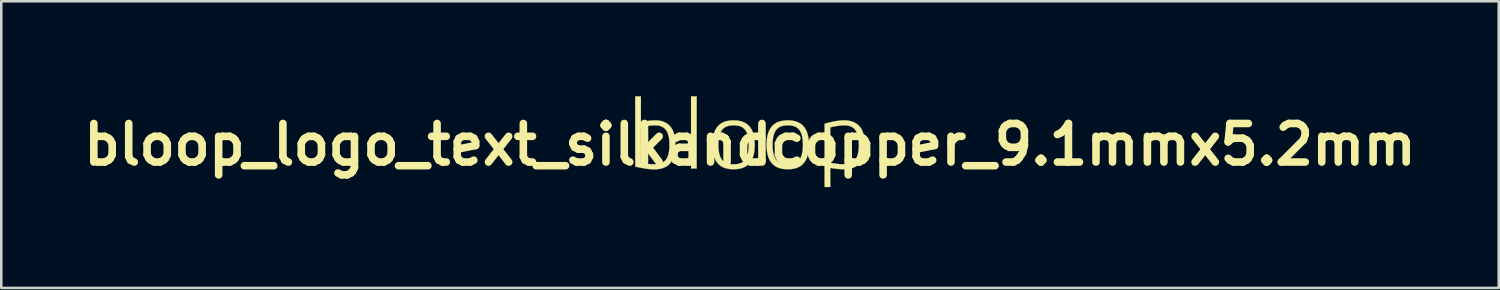
<source format=kicad_pcb>
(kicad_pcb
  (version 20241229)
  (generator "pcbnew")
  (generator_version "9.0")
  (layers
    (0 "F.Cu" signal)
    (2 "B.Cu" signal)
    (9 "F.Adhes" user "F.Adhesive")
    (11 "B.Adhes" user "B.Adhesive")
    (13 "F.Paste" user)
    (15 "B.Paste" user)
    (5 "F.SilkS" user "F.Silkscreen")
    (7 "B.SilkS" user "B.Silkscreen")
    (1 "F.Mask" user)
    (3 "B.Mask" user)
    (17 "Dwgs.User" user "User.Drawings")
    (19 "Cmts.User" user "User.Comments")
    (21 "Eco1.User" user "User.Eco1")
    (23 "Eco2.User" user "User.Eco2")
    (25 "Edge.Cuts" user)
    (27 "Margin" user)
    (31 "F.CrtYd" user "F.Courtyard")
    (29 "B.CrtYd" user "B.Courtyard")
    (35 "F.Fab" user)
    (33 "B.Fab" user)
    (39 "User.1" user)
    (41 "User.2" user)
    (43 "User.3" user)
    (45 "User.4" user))
  (footprint "bloop_logo_text_silkandcopper_9.1mmx5.2mm"
    (layer "F.Cu")
    (at 26.605 2.667)
    (property "Reference" "bloop_logo_text_silkandcopper_9.1mmx5.2mm" (at 0 0 0) (layer "F.SilkS") (effects (font (size 1.524 1.524) (thickness 0.3))))
    (attr through_hole)
    (fp_poly (pts (xy 1.508 -1.587) (xy 1.548 -1.586) (xy 1.586 -1.584) (xy 1.609 -1.583) (xy 1.676 -1.575) (xy 1.743 -1.566) (xy 1.809 -1.553) (xy 1.875 -1.538) (xy 1.939 -1.52) (xy 2.003 -1.5) (xy 2.067 -1.476) (xy 2.13 -1.45) (xy 2.173 -1.43) (xy 2.185 -1.425) (xy 2.197 -1.419) (xy 2.21 -1.412) (xy 2.222 -1.406) (xy 2.234 -1.399) (xy 2.246 -1.393) (xy 2.257 -1.387) (xy 2.266 -1.382) (xy 2.274 -1.377) (xy 2.281 -1.374) (xy 2.285 -1.371) (xy 2.288 -1.369) (xy 2.288 -1.368) (xy 2.288 -1.366) (xy 2.287 -1.363) (xy 2.284 -1.362) (xy 2.283 -1.362) (xy 2.281 -1.362) (xy 2.277 -1.364) (xy 2.271 -1.366) (xy 2.264 -1.369) (xy 2.256 -1.373) (xy 2.254 -1.374) (xy 2.192 -1.399) (xy 2.129 -1.423) (xy 2.065 -1.444) (xy 1.999 -1.463) (xy 1.933 -1.479) (xy 1.864 -1.493) (xy 1.795 -1.504) (xy 1.724 -1.513) (xy 1.651 -1.52) (xy 1.645 -1.52) (xy 1.605 -1.523) (xy 1.563 -1.525) (xy 1.519 -1.526) (xy 1.475 -1.526) (xy 1.43 -1.526) (xy 1.387 -1.525) (xy 1.344 -1.523) (xy 1.303 -1.521) (xy 1.298 -1.52) (xy 1.228 -1.514) (xy 1.159 -1.506) (xy 1.091 -1.495) (xy 1.025 -1.481) (xy 0.959 -1.465) (xy 0.895 -1.447) (xy 0.831 -1.426) (xy 0.767 -1.403) (xy 0.704 -1.377) (xy 0.699 -1.375) (xy 0.691 -1.371) (xy 0.683 -1.368) (xy 0.676 -1.365) (xy 0.671 -1.363) (xy 0.668 -1.362) (xy 0.667 -1.362) (xy 0.665 -1.363) (xy 0.663 -1.364) (xy 0.662 -1.366) (xy 0.662 -1.368) (xy 0.664 -1.37) (xy 0.668 -1.372) (xy 0.673 -1.376) (xy 0.679 -1.379) (xy 0.736 -1.41) (xy 0.795 -1.438) (xy 0.855 -1.465) (xy 0.916 -1.489) (xy 0.979 -1.51) (xy 1.042 -1.529) (xy 1.106 -1.545) (xy 1.171 -1.559) (xy 1.236 -1.57) (xy 1.302 -1.579) (xy 1.312 -1.58) (xy 1.348 -1.583) (xy 1.387 -1.585) (xy 1.427 -1.587) (xy 1.468 -1.587) (xy 1.508 -1.587)) (stroke (width 0.127) (type solid)) (fill yes) (layer "F.Mask"))
    (fp_poly (pts (xy 2.288 1.364) (xy 2.29 1.367) (xy 2.29 1.37) (xy 2.288 1.372) (xy 2.284 1.375) (xy 2.278 1.378) (xy 2.27 1.383) (xy 2.261 1.388) (xy 2.25 1.394) (xy 2.238 1.4) (xy 2.226 1.407) (xy 2.213 1.414) (xy 2.199 1.421) (xy 2.185 1.428) (xy 2.171 1.434) (xy 2.16 1.439) (xy 2.101 1.466) (xy 2.041 1.489) (xy 1.98 1.51) (xy 1.919 1.529) (xy 1.857 1.545) (xy 1.794 1.559) (xy 1.73 1.57) (xy 1.665 1.58) (xy 1.597 1.586) (xy 1.59 1.587) (xy 1.583 1.587) (xy 1.572 1.588) (xy 1.56 1.588) (xy 1.546 1.589) (xy 1.531 1.589) (xy 1.515 1.589) (xy 1.498 1.59) (xy 1.481 1.59) (xy 1.464 1.59) (xy 1.448 1.59) (xy 1.433 1.59) (xy 1.42 1.59) (xy 1.408 1.589) (xy 1.398 1.589) (xy 1.392 1.589) (xy 1.323 1.584) (xy 1.256 1.576) (xy 1.19 1.565) (xy 1.124 1.552) (xy 1.06 1.537) (xy 0.997 1.519) (xy 0.934 1.498) (xy 0.872 1.475) (xy 0.811 1.449) (xy 0.807 1.447) (xy 0.795 1.442) (xy 0.783 1.436) (xy 0.77 1.429) (xy 0.757 1.423) (xy 0.743 1.416) (xy 0.73 1.41) (xy 0.717 1.403) (xy 0.705 1.397) (xy 0.694 1.391) (xy 0.684 1.385) (xy 0.676 1.381) (xy 0.669 1.377) (xy 0.664 1.373) (xy 0.662 1.371) (xy 0.662 1.371) (xy 0.661 1.367) (xy 0.662 1.364) (xy 0.665 1.362) (xy 0.666 1.361) (xy 0.668 1.362) (xy 0.672 1.363) (xy 0.677 1.365) (xy 0.684 1.368) (xy 0.693 1.371) (xy 0.697 1.374) (xy 0.759 1.399) (xy 0.821 1.422) (xy 0.884 1.443) (xy 0.948 1.462) (xy 1.013 1.478) (xy 1.081 1.492) (xy 1.149 1.503) (xy 1.171 1.506) (xy 1.231 1.514) (xy 1.292 1.519) (xy 1.356 1.523) (xy 1.421 1.526) (xy 1.486 1.526) (xy 1.552 1.525) (xy 1.618 1.522) (xy 1.669 1.519) (xy 1.74 1.512) (xy 1.811 1.503) (xy 1.881 1.49) (xy 1.949 1.476) (xy 2.017 1.458) (xy 2.084 1.438) (xy 2.151 1.415) (xy 2.216 1.389) (xy 2.259 1.371) (xy 2.267 1.367) (xy 2.274 1.364) (xy 2.28 1.362) (xy 2.284 1.361) (xy 2.285 1.361) (xy 2.288 1.364)) (stroke (width 0.127) (type solid)) (fill yes) (layer "F.Mask"))
    (fp_poly (pts (xy 3.024 2.157) (xy 3.028 2.159) (xy 3.031 2.163) (xy 3.032 2.168) (xy 3.031 2.172) (xy 3.03 2.174) (xy 3.028 2.176) (xy 3.023 2.179) (xy 3.016 2.184) (xy 3.006 2.19) (xy 2.994 2.197) (xy 2.98 2.205) (xy 2.964 2.214) (xy 2.882 2.258) (xy 2.8 2.3) (xy 2.716 2.339) (xy 2.631 2.375) (xy 2.546 2.409) (xy 2.46 2.44) (xy 2.372 2.469) (xy 2.285 2.495) (xy 2.196 2.518) (xy 2.107 2.538) (xy 2.017 2.556) (xy 1.927 2.571) (xy 1.836 2.583) (xy 1.745 2.593) (xy 1.654 2.6) (xy 1.562 2.604) (xy 1.471 2.605) (xy 1.468 2.605) (xy 1.453 2.605) (xy 1.438 2.604) (xy 1.424 2.604) (xy 1.41 2.604) (xy 1.397 2.604) (xy 1.386 2.604) (xy 1.377 2.603) (xy 1.376 2.603) (xy 1.334 2.602) (xy 1.291 2.599) (xy 1.247 2.596) (xy 1.203 2.593) (xy 1.161 2.588) (xy 1.12 2.584) (xy 1.112 2.583) (xy 1.02 2.57) (xy 0.929 2.555) (xy 0.838 2.537) (xy 0.749 2.516) (xy 0.66 2.493) (xy 0.571 2.466) (xy 0.484 2.438) (xy 0.397 2.406) (xy 0.311 2.372) (xy 0.226 2.335) (xy 0.142 2.295) (xy 0.059 2.253) (xy -0.013 2.214) (xy -0.03 2.204) (xy -0.045 2.196) (xy -0.057 2.189) (xy -0.066 2.183) (xy -0.073 2.179) (xy -0.078 2.176) (xy -0.079 2.174) (xy -0.082 2.17) (xy -0.082 2.165) (xy -0.079 2.161) (xy -0.076 2.158) (xy -0.073 2.157) (xy -0.072 2.157) (xy -0.069 2.157) (xy -0.065 2.158) (xy -0.06 2.16) (xy -0.054 2.163) (xy -0.045 2.167) (xy -0.039 2.17) (xy 0.045 2.208) (xy 0.13 2.243) (xy 0.215 2.276) (xy 0.303 2.306) (xy 0.391 2.334) (xy 0.48 2.359) (xy 0.571 2.382) (xy 0.663 2.403) (xy 0.756 2.421) (xy 0.851 2.437) (xy 0.947 2.45) (xy 1.044 2.462) (xy 1.143 2.47) (xy 1.212 2.475) (xy 1.265 2.478) (xy 1.321 2.48) (xy 1.378 2.481) (xy 1.436 2.482) (xy 1.494 2.482) (xy 1.553 2.482) (xy 1.61 2.481) (xy 1.667 2.479) (xy 1.707 2.477) (xy 1.803 2.471) (xy 1.897 2.464) (xy 1.99 2.454) (xy 2.081 2.441) (xy 2.171 2.427) (xy 2.259 2.411) (xy 2.346 2.392) (xy 2.433 2.37) (xy 2.518 2.347) (xy 2.603 2.321) (xy 2.687 2.293) (xy 2.771 2.262) (xy 2.855 2.229) (xy 2.938 2.193) (xy 2.979 2.175) (xy 2.991 2.169) (xy 3.001 2.165) (xy 3.01 2.161) (xy 3.016 2.159) (xy 3.02 2.157) (xy 3.023 2.157) (xy 3.024 2.157)) (stroke (width 0.127) (type solid)) (fill yes) (layer "F.Mask"))
    (fp_poly (pts (xy 1.546 -2.602) (xy 1.638 -2.599) (xy 1.726 -2.593) (xy 1.818 -2.584) (xy 1.909 -2.572) (xy 2 -2.557) (xy 2.09 -2.54) (xy 2.18 -2.52) (xy 2.269 -2.497) (xy 2.357 -2.472) (xy 2.445 -2.444) (xy 2.531 -2.413) (xy 2.617 -2.379) (xy 2.702 -2.343) (xy 2.786 -2.305) (xy 2.869 -2.263) (xy 2.951 -2.219) (xy 2.987 -2.199) (xy 2.999 -2.192) (xy 3.008 -2.187) (xy 3.015 -2.183) (xy 3.021 -2.179) (xy 3.025 -2.177) (xy 3.028 -2.175) (xy 3.03 -2.173) (xy 3.031 -2.172) (xy 3.032 -2.171) (xy 3.032 -2.17) (xy 3.032 -2.17) (xy 3.032 -2.165) (xy 3.03 -2.16) (xy 3.026 -2.157) (xy 3.025 -2.156) (xy 3.024 -2.156) (xy 3.022 -2.156) (xy 3.02 -2.156) (xy 3.016 -2.157) (xy 3.012 -2.159) (xy 3.006 -2.161) (xy 2.999 -2.165) (xy 2.989 -2.169) (xy 2.987 -2.17) (xy 2.964 -2.181) (xy 2.939 -2.192) (xy 2.912 -2.204) (xy 2.901 -2.209) (xy 2.815 -2.244) (xy 2.728 -2.277) (xy 2.64 -2.308) (xy 2.55 -2.336) (xy 2.459 -2.361) (xy 2.366 -2.384) (xy 2.273 -2.405) (xy 2.178 -2.423) (xy 2.081 -2.439) (xy 1.983 -2.452) (xy 1.884 -2.463) (xy 1.784 -2.471) (xy 1.682 -2.477) (xy 1.579 -2.48) (xy 1.546 -2.481) (xy 1.471 -2.481) (xy 1.399 -2.481) (xy 1.328 -2.479) (xy 1.26 -2.477) (xy 1.193 -2.473) (xy 1.127 -2.469) (xy 1.062 -2.463) (xy 0.998 -2.457) (xy 0.934 -2.449) (xy 0.901 -2.445) (xy 0.811 -2.431) (xy 0.722 -2.415) (xy 0.635 -2.397) (xy 0.548 -2.377) (xy 0.462 -2.354) (xy 0.377 -2.329) (xy 0.292 -2.301) (xy 0.207 -2.271) (xy 0.122 -2.238) (xy 0.037 -2.203) (xy -0.046 -2.166) (xy -0.055 -2.162) (xy -0.061 -2.159) (xy -0.066 -2.157) (xy -0.07 -2.156) (xy -0.072 -2.155) (xy -0.074 -2.156) (xy -0.076 -2.156) (xy -0.079 -2.159) (xy -0.081 -2.164) (xy -0.081 -2.169) (xy -0.081 -2.17) (xy -0.08 -2.171) (xy -0.079 -2.173) (xy -0.076 -2.175) (xy -0.073 -2.177) (xy -0.068 -2.181) (xy -0.061 -2.185) (xy -0.053 -2.189) (xy -0.043 -2.195) (xy -0.031 -2.202) (xy -0.017 -2.21) (xy -0.015 -2.211) (xy 0.016 -2.228) (xy 0.048 -2.246) (xy 0.082 -2.263) (xy 0.116 -2.281) (xy 0.15 -2.297) (xy 0.182 -2.313) (xy 0.207 -2.325) (xy 0.292 -2.362) (xy 0.378 -2.397) (xy 0.464 -2.429) (xy 0.552 -2.459) (xy 0.64 -2.485) (xy 0.728 -2.509) (xy 0.818 -2.531) (xy 0.907 -2.549) (xy 0.998 -2.565) (xy 1.088 -2.578) (xy 1.179 -2.589) (xy 1.271 -2.596) (xy 1.362 -2.601) (xy 1.454 -2.603) (xy 1.546 -2.602)) (stroke (width 0.127) (type solid)) (fill yes) (layer "F.Mask"))
    (fp_poly (pts (xy 0.334 1.729) (xy 0.338 1.731) (xy 0.344 1.733) (xy 0.351 1.736) (xy 0.359 1.74) (xy 0.362 1.741) (xy 0.435 1.773) (xy 0.508 1.803) (xy 0.583 1.829) (xy 0.658 1.854) (xy 0.735 1.876) (xy 0.813 1.895) (xy 0.893 1.912) (xy 0.974 1.927) (xy 1.056 1.94) (xy 1.14 1.95) (xy 1.179 1.954) (xy 1.204 1.956) (xy 1.228 1.958) (xy 1.252 1.96) (xy 1.275 1.961) (xy 1.299 1.962) (xy 1.324 1.963) (xy 1.35 1.964) (xy 1.378 1.965) (xy 1.404 1.966) (xy 1.466 1.967) (xy 1.528 1.966) (xy 1.591 1.965) (xy 1.654 1.962) (xy 1.716 1.959) (xy 1.776 1.954) (xy 1.834 1.948) (xy 1.87 1.944) (xy 1.945 1.933) (xy 2.017 1.921) (xy 2.088 1.907) (xy 2.159 1.891) (xy 2.228 1.872) (xy 2.297 1.852) (xy 2.366 1.829) (xy 2.435 1.804) (xy 2.505 1.776) (xy 2.575 1.746) (xy 2.603 1.734) (xy 2.61 1.731) (xy 2.616 1.729) (xy 2.619 1.73) (xy 2.622 1.731) (xy 2.623 1.733) (xy 2.624 1.735) (xy 2.624 1.737) (xy 2.623 1.739) (xy 2.622 1.741) (xy 2.619 1.743) (xy 2.616 1.746) (xy 2.611 1.749) (xy 2.604 1.754) (xy 2.595 1.758) (xy 2.585 1.764) (xy 2.572 1.771) (xy 2.562 1.777) (xy 2.491 1.814) (xy 2.42 1.849) (xy 2.347 1.881) (xy 2.273 1.91) (xy 2.198 1.937) (xy 2.122 1.961) (xy 2.046 1.983) (xy 1.968 2.002) (xy 1.922 2.011) (xy 1.85 2.025) (xy 1.778 2.036) (xy 1.704 2.045) (xy 1.63 2.051) (xy 1.569 2.055) (xy 1.563 2.055) (xy 1.554 2.055) (xy 1.543 2.055) (xy 1.53 2.055) (xy 1.516 2.055) (xy 1.501 2.056) (xy 1.486 2.056) (xy 1.471 2.056) (xy 1.455 2.056) (xy 1.441 2.056) (xy 1.427 2.056) (xy 1.415 2.056) (xy 1.404 2.055) (xy 1.396 2.055) (xy 1.389 2.055) (xy 1.389 2.055) (xy 1.328 2.052) (xy 1.27 2.047) (xy 1.214 2.041) (xy 1.159 2.034) (xy 1.157 2.034) (xy 1.078 2.021) (xy 1 2.006) (xy 0.923 1.988) (xy 0.846 1.967) (xy 0.77 1.944) (xy 0.694 1.917) (xy 0.62 1.889) (xy 0.547 1.857) (xy 0.475 1.823) (xy 0.431 1.801) (xy 0.422 1.796) (xy 0.414 1.792) (xy 0.408 1.789) (xy 0.402 1.786) (xy 0.397 1.783) (xy 0.391 1.78) (xy 0.385 1.776) (xy 0.378 1.772) (xy 0.369 1.767) (xy 0.358 1.761) (xy 0.358 1.761) (xy 0.349 1.756) (xy 0.342 1.752) (xy 0.336 1.748) (xy 0.331 1.745) (xy 0.328 1.743) (xy 0.327 1.743) (xy 0.325 1.74) (xy 0.325 1.736) (xy 0.326 1.732) (xy 0.329 1.729) (xy 0.332 1.729) (xy 0.334 1.729)) (stroke (width 0.127) (type solid)) (fill yes) (layer "F.Mask"))
    (fp_poly (pts (xy 1.503 -2.054) (xy 1.526 -2.054) (xy 1.548 -2.053) (xy 1.568 -2.053) (xy 1.587 -2.052) (xy 1.606 -2.051) (xy 1.624 -2.05) (xy 1.642 -2.049) (xy 1.661 -2.048) (xy 1.68 -2.046) (xy 1.702 -2.044) (xy 1.706 -2.043) (xy 1.785 -2.034) (xy 1.864 -2.021) (xy 1.942 -2.006) (xy 2.019 -1.989) (xy 2.096 -1.968) (xy 2.172 -1.945) (xy 2.248 -1.919) (xy 2.322 -1.89) (xy 2.397 -1.859) (xy 2.413 -1.851) (xy 2.43 -1.843) (xy 2.449 -1.834) (xy 2.469 -1.825) (xy 2.489 -1.815) (xy 2.509 -1.804) (xy 2.529 -1.794) (xy 2.548 -1.784) (xy 2.567 -1.774) (xy 2.584 -1.765) (xy 2.599 -1.756) (xy 2.612 -1.749) (xy 2.616 -1.746) (xy 2.621 -1.743) (xy 2.624 -1.741) (xy 2.625 -1.739) (xy 2.625 -1.737) (xy 2.625 -1.736) (xy 2.625 -1.732) (xy 2.623 -1.729) (xy 2.622 -1.729) (xy 2.62 -1.728) (xy 2.618 -1.728) (xy 2.616 -1.728) (xy 2.612 -1.729) (xy 2.607 -1.732) (xy 2.603 -1.733) (xy 2.531 -1.766) (xy 2.458 -1.795) (xy 2.383 -1.823) (xy 2.308 -1.848) (xy 2.231 -1.87) (xy 2.153 -1.89) (xy 2.074 -1.908) (xy 1.993 -1.923) (xy 1.912 -1.936) (xy 1.828 -1.947) (xy 1.743 -1.955) (xy 1.682 -1.959) (xy 1.631 -1.962) (xy 1.578 -1.964) (xy 1.524 -1.965) (xy 1.47 -1.965) (xy 1.415 -1.965) (xy 1.362 -1.964) (xy 1.31 -1.962) (xy 1.3 -1.961) (xy 1.218 -1.956) (xy 1.139 -1.949) (xy 1.061 -1.94) (xy 0.985 -1.929) (xy 0.91 -1.915) (xy 0.836 -1.9) (xy 0.763 -1.882) (xy 0.691 -1.862) (xy 0.619 -1.84) (xy 0.548 -1.815) (xy 0.477 -1.788) (xy 0.406 -1.758) (xy 0.369 -1.742) (xy 0.36 -1.738) (xy 0.352 -1.734) (xy 0.345 -1.731) (xy 0.339 -1.729) (xy 0.335 -1.728) (xy 0.334 -1.727) (xy 0.332 -1.728) (xy 0.33 -1.73) (xy 0.328 -1.734) (xy 0.328 -1.738) (xy 0.33 -1.741) (xy 0.33 -1.742) (xy 0.332 -1.743) (xy 0.336 -1.746) (xy 0.343 -1.75) (xy 0.351 -1.754) (xy 0.36 -1.76) (xy 0.371 -1.765) (xy 0.382 -1.772) (xy 0.394 -1.778) (xy 0.397 -1.78) (xy 0.406 -1.785) (xy 0.418 -1.791) (xy 0.43 -1.798) (xy 0.444 -1.805) (xy 0.459 -1.812) (xy 0.474 -1.82) (xy 0.489 -1.827) (xy 0.503 -1.834) (xy 0.516 -1.84) (xy 0.527 -1.845) (xy 0.535 -1.849) (xy 0.609 -1.881) (xy 0.684 -1.911) (xy 0.759 -1.938) (xy 0.835 -1.962) (xy 0.911 -1.983) (xy 0.988 -2.001) (xy 1.065 -2.017) (xy 1.144 -2.03) (xy 1.222 -2.041) (xy 1.302 -2.048) (xy 1.311 -2.049) (xy 1.325 -2.05) (xy 1.338 -2.051) (xy 1.349 -2.051) (xy 1.361 -2.052) (xy 1.372 -2.053) (xy 1.383 -2.053) (xy 1.395 -2.053) (xy 1.407 -2.054) (xy 1.421 -2.054) (xy 1.437 -2.054) (xy 1.455 -2.054) (xy 1.475 -2.054) (xy 1.477 -2.054) (xy 1.503 -2.054)) (stroke (width 0.127) (type solid)) (fill yes) (layer "F.Mask"))
    (fp_poly (pts (xy -2.11 0.944) (xy -2.331 0.944) (xy -2.331 -1.905) (xy -2.11 -1.905) (xy -2.11 0.944)) (stroke (width 0.01) (type solid)) (fill yes) (layer "F.SilkS"))
    (fp_poly (pts (xy 3.737 -0.956) (xy 3.761 -0.956) (xy 3.783 -0.955) (xy 3.803 -0.954) (xy 3.822 -0.953) (xy 3.84 -0.952) (xy 3.858 -0.95) (xy 3.876 -0.947) (xy 3.896 -0.944) (xy 3.907 -0.943) (xy 3.954 -0.934) (xy 4 -0.922) (xy 4.043 -0.909) (xy 4.085 -0.894) (xy 4.125 -0.876) (xy 4.163 -0.856) (xy 4.199 -0.834) (xy 4.233 -0.81) (xy 4.266 -0.784) (xy 4.296 -0.755) (xy 4.325 -0.725) (xy 4.352 -0.692) (xy 4.378 -0.657) (xy 4.401 -0.621) (xy 4.405 -0.614) (xy 4.426 -0.574) (xy 4.445 -0.533) (xy 4.463 -0.49) (xy 4.478 -0.444) (xy 4.492 -0.397) (xy 4.504 -0.348) (xy 4.514 -0.296) (xy 4.523 -0.242) (xy 4.529 -0.187) (xy 4.534 -0.129) (xy 4.537 -0.069) (xy 4.538 -0.006) (xy 4.538 0.031) (xy 4.537 0.055) (xy 4.537 0.078) (xy 4.536 0.098) (xy 4.535 0.117) (xy 4.534 0.135) (xy 4.533 0.153) (xy 4.532 0.171) (xy 4.53 0.191) (xy 4.528 0.211) (xy 4.527 0.216) (xy 4.52 0.272) (xy 4.512 0.326) (xy 4.501 0.378) (xy 4.489 0.427) (xy 4.475 0.475) (xy 4.459 0.52) (xy 4.441 0.563) (xy 4.422 0.604) (xy 4.401 0.643) (xy 4.377 0.68) (xy 4.353 0.714) (xy 4.326 0.746) (xy 4.297 0.776) (xy 4.267 0.804) (xy 4.235 0.83) (xy 4.201 0.854) (xy 4.166 0.875) (xy 4.128 0.894) (xy 4.089 0.911) (xy 4.089 0.911) (xy 4.054 0.924) (xy 4.019 0.935) (xy 3.982 0.945) (xy 3.944 0.953) (xy 3.904 0.96) (xy 3.863 0.966) (xy 3.82 0.97) (xy 3.775 0.973) (xy 3.728 0.974) (xy 3.679 0.974) (xy 3.628 0.973) (xy 3.575 0.97) (xy 3.519 0.966) (xy 3.461 0.961) (xy 3.443 0.959) (xy 3.421 0.956) (xy 3.396 0.953) (xy 3.369 0.95) (xy 3.342 0.946) (xy 3.313 0.942) (xy 3.283 0.938) (xy 3.254 0.933) (xy 3.226 0.929) (xy 3.198 0.924) (xy 3.195 0.924) (xy 3.187 0.922) (xy 3.181 0.921) (xy 3.176 0.92) (xy 3.173 0.92) (xy 3.173 0.92) (xy 3.173 0.921) (xy 3.173 0.926) (xy 3.173 0.932) (xy 3.173 0.941) (xy 3.173 0.953) (xy 3.173 0.967) (xy 3.173 0.983) (xy 3.173 1.001) (xy 3.172 1.02) (xy 3.172 1.042) (xy 3.172 1.065) (xy 3.172 1.09) (xy 3.172 1.116) (xy 3.172 1.144) (xy 3.172 1.173) (xy 3.172 1.203) (xy 3.172 1.233) (xy 3.172 1.265) (xy 3.172 1.298) (xy 3.172 1.676) (xy 2.949 1.676) (xy 2.95 -0.68) (xy 3.172 -0.68) (xy 3.172 0.721) (xy 3.208 0.727) (xy 3.254 0.734) (xy 3.298 0.741) (xy 3.339 0.747) (xy 3.379 0.753) (xy 3.416 0.758) (xy 3.452 0.762) (xy 3.487 0.766) (xy 3.521 0.77) (xy 3.553 0.772) (xy 3.585 0.775) (xy 3.617 0.777) (xy 3.634 0.777) (xy 3.643 0.778) (xy 3.654 0.778) (xy 3.667 0.778) (xy 3.681 0.778) (xy 3.696 0.778) (xy 3.711 0.778) (xy 3.726 0.778) (xy 3.741 0.778) (xy 3.755 0.778) (xy 3.767 0.777) (xy 3.778 0.777) (xy 3.788 0.777) (xy 3.794 0.776) (xy 3.794 0.776) (xy 3.834 0.772) (xy 3.87 0.766) (xy 3.905 0.759) (xy 3.937 0.751) (xy 3.968 0.741) (xy 3.997 0.729) (xy 4.025 0.716) (xy 4.051 0.701) (xy 4.076 0.684) (xy 4.08 0.681) (xy 4.106 0.66) (xy 4.129 0.637) (xy 4.152 0.612) (xy 4.172 0.585) (xy 4.192 0.556) (xy 4.209 0.524) (xy 4.225 0.49) (xy 4.24 0.453) (xy 4.253 0.414) (xy 4.265 0.373) (xy 4.275 0.33) (xy 4.283 0.284) (xy 4.29 0.236) (xy 4.296 0.185) (xy 4.297 0.167) (xy 4.299 0.15) (xy 4.3 0.135) (xy 4.301 0.121) (xy 4.301 0.106) (xy 4.302 0.092) (xy 4.302 0.077) (xy 4.303 0.061) (xy 4.303 0.044) (xy 4.303 0.025) (xy 4.303 0.005) (xy 4.303 -0.017) (xy 4.303 -0.037) (xy 4.303 -0.055) (xy 4.302 -0.072) (xy 4.302 -0.087) (xy 4.301 -0.102) (xy 4.3 -0.117) (xy 4.299 -0.132) (xy 4.298 -0.147) (xy 4.297 -0.158) (xy 4.292 -0.208) (xy 4.286 -0.256) (xy 4.278 -0.301) (xy 4.268 -0.344) (xy 4.257 -0.385) (xy 4.245 -0.424) (xy 4.231 -0.46) (xy 4.215 -0.495) (xy 4.198 -0.527) (xy 4.18 -0.557) (xy 4.159 -0.586) (xy 4.156 -0.59) (xy 4.15 -0.597) (xy 4.142 -0.606) (xy 4.133 -0.616) (xy 4.123 -0.625) (xy 4.113 -0.635) (xy 4.104 -0.644) (xy 4.095 -0.651) (xy 4.088 -0.657) (xy 4.087 -0.658) (xy 4.06 -0.677) (xy 4.032 -0.694) (xy 4.002 -0.709) (xy 3.971 -0.722) (xy 3.939 -0.733) (xy 3.91 -0.741) (xy 3.876 -0.748) (xy 3.839 -0.754) (xy 3.801 -0.758) (xy 3.761 -0.761) (xy 3.719 -0.762) (xy 3.675 -0.761) (xy 3.63 -0.758) (xy 3.581 -0.754) (xy 3.549 -0.751) (xy 3.515 -0.746) (xy 3.48 -0.742) (xy 3.445 -0.736) (xy 3.409 -0.731) (xy 3.374 -0.725) (xy 3.339 -0.718) (xy 3.305 -0.711) (xy 3.272 -0.705) (xy 3.242 -0.698) (xy 3.213 -0.691) (xy 3.188 -0.684) (xy 3.172 -0.68) (xy 2.95 -0.68) (xy 2.95 -0.825) (xy 2.969 -0.83) (xy 3.041 -0.85) (xy 3.111 -0.868) (xy 3.179 -0.884) (xy 3.246 -0.899) (xy 3.31 -0.912) (xy 3.372 -0.924) (xy 3.433 -0.933) (xy 3.493 -0.942) (xy 3.53 -0.946) (xy 3.559 -0.949) (xy 3.586 -0.952) (xy 3.612 -0.954) (xy 3.637 -0.955) (xy 3.662 -0.956) (xy 3.687 -0.956) (xy 3.714 -0.957) (xy 3.737 -0.956)) (stroke (width 0.01) (type solid)) (fill yes) (layer "F.SilkS"))
    (fp_poly (pts (xy -4.315 -0.88) (xy -4.29 -0.886) (xy -4.233 -0.899) (xy -4.177 -0.911) (xy -4.123 -0.921) (xy -4.069 -0.93) (xy -4.015 -0.938) (xy -3.961 -0.945) (xy -3.905 -0.95) (xy -3.858 -0.954) (xy -3.849 -0.955) (xy -3.838 -0.955) (xy -3.825 -0.955) (xy -3.811 -0.956) (xy -3.795 -0.956) (xy -3.779 -0.956) (xy -3.762 -0.956) (xy -3.746 -0.956) (xy -3.73 -0.956) (xy -3.716 -0.956) (xy -3.703 -0.956) (xy -3.691 -0.956) (xy -3.682 -0.956) (xy -3.679 -0.955) (xy -3.645 -0.953) (xy -3.612 -0.949) (xy -3.581 -0.945) (xy -3.551 -0.94) (xy -3.521 -0.934) (xy -3.506 -0.93) (xy -3.462 -0.918) (xy -3.42 -0.903) (xy -3.38 -0.887) (xy -3.341 -0.868) (xy -3.305 -0.847) (xy -3.27 -0.824) (xy -3.237 -0.799) (xy -3.205 -0.771) (xy -3.176 -0.742) (xy -3.148 -0.71) (xy -3.122 -0.676) (xy -3.098 -0.64) (xy -3.075 -0.601) (xy -3.055 -0.561) (xy -3.036 -0.518) (xy -3.019 -0.473) (xy -3.015 -0.461) (xy -3.002 -0.418) (xy -2.99 -0.373) (xy -2.98 -0.327) (xy -2.971 -0.278) (xy -2.964 -0.227) (xy -2.958 -0.175) (xy -2.954 -0.12) (xy -2.952 -0.092) (xy -2.952 -0.082) (xy -2.951 -0.068) (xy -2.951 -0.053) (xy -2.951 -0.037) (xy -2.951 -0.019) (xy -2.95 -0.001) (xy -2.95 0.017) (xy -2.951 0.035) (xy -2.951 0.052) (xy -2.951 0.068) (xy -2.951 0.082) (xy -2.952 0.095) (xy -2.952 0.1) (xy -2.956 0.156) (xy -2.96 0.21) (xy -2.967 0.261) (xy -2.974 0.311) (xy -2.983 0.358) (xy -2.993 0.403) (xy -3.005 0.446) (xy -3.018 0.488) (xy -3.033 0.527) (xy -3.049 0.566) (xy -3.061 0.591) (xy -3.082 0.63) (xy -3.105 0.667) (xy -3.129 0.702) (xy -3.155 0.735) (xy -3.183 0.766) (xy -3.213 0.795) (xy -3.244 0.821) (xy -3.278 0.846) (xy -3.313 0.868) (xy -3.35 0.888) (xy -3.389 0.907) (xy -3.43 0.923) (xy -3.473 0.937) (xy -3.518 0.949) (xy -3.564 0.959) (xy -3.613 0.967) (xy -3.646 0.971) (xy -3.656 0.972) (xy -3.667 0.973) (xy -3.678 0.974) (xy -3.687 0.975) (xy -3.691 0.975) (xy -3.698 0.976) (xy -3.706 0.976) (xy -3.717 0.976) (xy -3.729 0.977) (xy -3.743 0.977) (xy -3.758 0.977) (xy -3.773 0.977) (xy -3.789 0.977) (xy -3.805 0.977) (xy -3.82 0.977) (xy -3.834 0.977) (xy -3.847 0.977) (xy -3.859 0.977) (xy -3.869 0.977) (xy -3.876 0.976) (xy -3.877 0.976) (xy -3.912 0.974) (xy -3.947 0.971) (xy -3.983 0.968) (xy -4.02 0.964) (xy -4.058 0.959) (xy -4.097 0.954) (xy -4.138 0.948) (xy -4.181 0.941) (xy -4.225 0.933) (xy -4.271 0.925) (xy -4.319 0.915) (xy -4.37 0.905) (xy -4.402 0.898) (xy -4.412 0.896) (xy -4.424 0.894) (xy -4.437 0.891) (xy -4.45 0.888) (xy -4.463 0.885) (xy -4.476 0.883) (xy -4.488 0.88) (xy -4.5 0.877) (xy -4.51 0.875) (xy -4.52 0.873) (xy -4.527 0.872) (xy -4.532 0.87) (xy -4.535 0.87) (xy -4.538 0.869) (xy -4.538 -0.68) (xy -4.315 -0.68) (xy -4.315 0.02) (xy -4.315 0.069) (xy -4.315 0.116) (xy -4.315 0.163) (xy -4.315 0.207) (xy -4.315 0.251) (xy -4.315 0.293) (xy -4.315 0.333) (xy -4.315 0.372) (xy -4.315 0.409) (xy -4.315 0.445) (xy -4.315 0.478) (xy -4.315 0.51) (xy -4.315 0.54) (xy -4.315 0.567) (xy -4.315 0.593) (xy -4.315 0.617) (xy -4.315 0.638) (xy -4.314 0.657) (xy -4.314 0.674) (xy -4.314 0.688) (xy -4.314 0.7) (xy -4.314 0.709) (xy -4.314 0.716) (xy -4.314 0.72) (xy -4.314 0.721) (xy -4.312 0.721) (xy -4.308 0.722) (xy -4.302 0.723) (xy -4.295 0.724) (xy -4.286 0.726) (xy -4.282 0.727) (xy -4.23 0.736) (xy -4.18 0.744) (xy -4.132 0.751) (xy -4.086 0.758) (xy -4.041 0.763) (xy -3.998 0.768) (xy -3.956 0.772) (xy -3.914 0.775) (xy -3.872 0.777) (xy -3.855 0.778) (xy -3.847 0.778) (xy -3.836 0.778) (xy -3.823 0.779) (xy -3.81 0.779) (xy -3.796 0.779) (xy -3.781 0.779) (xy -3.768 0.778) (xy -3.755 0.778) (xy -3.744 0.778) (xy -3.735 0.778) (xy -3.733 0.777) (xy -3.69 0.774) (xy -3.649 0.77) (xy -3.611 0.763) (xy -3.574 0.755) (xy -3.54 0.746) (xy -3.507 0.734) (xy -3.477 0.721) (xy -3.448 0.706) (xy -3.421 0.689) (xy -3.395 0.67) (xy -3.372 0.649) (xy -3.349 0.627) (xy -3.328 0.602) (xy -3.311 0.579) (xy -3.294 0.552) (xy -3.277 0.522) (xy -3.262 0.49) (xy -3.249 0.455) (xy -3.236 0.418) (xy -3.225 0.379) (xy -3.215 0.338) (xy -3.207 0.295) (xy -3.199 0.25) (xy -3.194 0.204) (xy -3.191 0.176) (xy -3.19 0.162) (xy -3.189 0.15) (xy -3.188 0.138) (xy -3.188 0.128) (xy -3.187 0.117) (xy -3.187 0.106) (xy -3.186 0.095) (xy -3.186 0.082) (xy -3.186 0.068) (xy -3.186 0.052) (xy -3.185 0.033) (xy -3.185 0.03) (xy -3.185 0.004) (xy -3.185 -0.02) (xy -3.185 -0.041) (xy -3.186 -0.061) (xy -3.186 -0.08) (xy -3.187 -0.098) (xy -3.188 -0.116) (xy -3.189 -0.134) (xy -3.19 -0.146) (xy -3.195 -0.198) (xy -3.201 -0.247) (xy -3.21 -0.294) (xy -3.219 -0.339) (xy -3.231 -0.381) (xy -3.243 -0.421) (xy -3.258 -0.459) (xy -3.274 -0.495) (xy -3.292 -0.528) (xy -3.311 -0.559) (xy -3.332 -0.588) (xy -3.354 -0.614) (xy -3.379 -0.638) (xy -3.404 -0.66) (xy -3.432 -0.68) (xy -3.461 -0.698) (xy -3.492 -0.713) (xy -3.506 -0.719) (xy -3.533 -0.729) (xy -3.56 -0.738) (xy -3.589 -0.745) (xy -3.619 -0.751) (xy -3.651 -0.756) (xy -3.684 -0.759) (xy -3.719 -0.761) (xy -3.756 -0.762) (xy -3.795 -0.761) (xy -3.836 -0.759) (xy -3.879 -0.756) (xy -3.902 -0.754) (xy -3.943 -0.75) (xy -3.986 -0.744) (xy -4.03 -0.738) (xy -4.076 -0.73) (xy -4.123 -0.722) (xy -4.17 -0.713) (xy -4.217 -0.703) (xy -4.264 -0.692) (xy -4.294 -0.685) (xy -4.3 -0.684) (xy -4.306 -0.682) (xy -4.31 -0.681) (xy -4.311 -0.681) (xy -4.315 -0.68) (xy -4.538 -0.68) (xy -4.538 -1.905) (xy -4.315 -1.905) (xy -4.315 -0.88)) (stroke (width 0.01) (type solid)) (fill yes) (layer "F.SilkS"))
    (fp_poly (pts (xy 1.508 -0.956) (xy 1.525 -0.956) (xy 1.539 -0.956) (xy 1.552 -0.956) (xy 1.564 -0.955) (xy 1.575 -0.955) (xy 1.585 -0.954) (xy 1.595 -0.953) (xy 1.606 -0.953) (xy 1.617 -0.952) (xy 1.629 -0.95) (xy 1.679 -0.944) (xy 1.727 -0.935) (xy 1.773 -0.925) (xy 1.818 -0.912) (xy 1.86 -0.897) (xy 1.901 -0.88) (xy 1.939 -0.861) (xy 1.976 -0.84) (xy 2.011 -0.817) (xy 2.044 -0.791) (xy 2.076 -0.764) (xy 2.105 -0.734) (xy 2.133 -0.702) (xy 2.158 -0.668) (xy 2.168 -0.655) (xy 2.185 -0.627) (xy 2.202 -0.598) (xy 2.218 -0.566) (xy 2.233 -0.533) (xy 2.247 -0.5) (xy 2.259 -0.466) (xy 2.262 -0.457) (xy 2.276 -0.411) (xy 2.288 -0.363) (xy 2.299 -0.312) (xy 2.308 -0.26) (xy 2.315 -0.206) (xy 2.32 -0.15) (xy 2.321 -0.139) (xy 2.323 -0.102) (xy 2.325 -0.063) (xy 2.326 -0.023) (xy 2.326 0.018) (xy 2.326 0.058) (xy 2.325 0.098) (xy 2.323 0.136) (xy 2.321 0.16) (xy 2.316 0.216) (xy 2.309 0.271) (xy 2.301 0.324) (xy 2.29 0.375) (xy 2.278 0.423) (xy 2.264 0.47) (xy 2.249 0.515) (xy 2.242 0.533) (xy 2.233 0.553) (xy 2.223 0.575) (xy 2.212 0.597) (xy 2.201 0.619) (xy 2.189 0.64) (xy 2.177 0.66) (xy 2.165 0.677) (xy 2.161 0.683) (xy 2.136 0.717) (xy 2.108 0.749) (xy 2.079 0.779) (xy 2.048 0.807) (xy 2.024 0.826) (xy 1.99 0.85) (xy 1.955 0.871) (xy 1.917 0.891) (xy 1.878 0.908) (xy 1.836 0.924) (xy 1.793 0.937) (xy 1.747 0.948) (xy 1.7 0.958) (xy 1.651 0.965) (xy 1.602 0.97) (xy 1.592 0.971) (xy 1.58 0.972) (xy 1.567 0.972) (xy 1.554 0.973) (xy 1.54 0.973) (xy 1.526 0.974) (xy 1.513 0.974) (xy 1.502 0.975) (xy 1.492 0.975) (xy 1.484 0.975) (xy 1.477 0.975) (xy 1.468 0.974) (xy 1.459 0.974) (xy 1.456 0.974) (xy 1.402 0.972) (xy 1.35 0.967) (xy 1.3 0.961) (xy 1.252 0.952) (xy 1.206 0.942) (xy 1.162 0.929) (xy 1.119 0.914) (xy 1.079 0.897) (xy 1.04 0.878) (xy 1.003 0.856) (xy 0.969 0.833) (xy 0.936 0.807) (xy 0.904 0.78) (xy 0.875 0.75) (xy 0.848 0.718) (xy 0.822 0.684) (xy 0.799 0.648) (xy 0.777 0.61) (xy 0.767 0.591) (xy 0.757 0.571) (xy 0.749 0.552) (xy 0.741 0.534) (xy 0.734 0.515) (xy 0.727 0.495) (xy 0.722 0.48) (xy 0.708 0.437) (xy 0.696 0.391) (xy 0.686 0.345) (xy 0.677 0.297) (xy 0.67 0.247) (xy 0.664 0.194) (xy 0.663 0.175) (xy 0.66 0.132) (xy 0.658 0.086) (xy 0.656 0.04) (xy 0.656 -0.001) (xy 0.891 -0.001) (xy 0.891 0.043) (xy 0.892 0.085) (xy 0.894 0.126) (xy 0.895 0.144) (xy 0.899 0.196) (xy 0.905 0.245) (xy 0.912 0.292) (xy 0.92 0.337) (xy 0.93 0.379) (xy 0.942 0.419) (xy 0.955 0.457) (xy 0.969 0.492) (xy 0.985 0.525) (xy 1.003 0.556) (xy 1.022 0.585) (xy 1.043 0.612) (xy 1.065 0.636) (xy 1.089 0.659) (xy 1.115 0.679) (xy 1.142 0.698) (xy 1.171 0.714) (xy 1.202 0.729) (xy 1.234 0.741) (xy 1.268 0.752) (xy 1.284 0.756) (xy 1.308 0.762) (xy 1.332 0.766) (xy 1.357 0.77) (xy 1.384 0.773) (xy 1.412 0.776) (xy 1.443 0.778) (xy 1.444 0.778) (xy 1.451 0.778) (xy 1.461 0.778) (xy 1.472 0.779) (xy 1.485 0.779) (xy 1.498 0.779) (xy 1.512 0.779) (xy 1.525 0.778) (xy 1.537 0.778) (xy 1.547 0.778) (xy 1.555 0.777) (xy 1.597 0.774) (xy 1.638 0.769) (xy 1.676 0.762) (xy 1.711 0.754) (xy 1.745 0.744) (xy 1.777 0.732) (xy 1.808 0.718) (xy 1.836 0.702) (xy 1.863 0.684) (xy 1.888 0.665) (xy 1.897 0.657) (xy 1.92 0.635) (xy 1.942 0.61) (xy 1.962 0.583) (xy 1.981 0.555) (xy 1.998 0.524) (xy 2.014 0.491) (xy 2.028 0.455) (xy 2.041 0.418) (xy 2.053 0.378) (xy 2.062 0.336) (xy 2.071 0.292) (xy 2.078 0.245) (xy 2.084 0.196) (xy 2.088 0.145) (xy 2.09 0.091) (xy 2.092 0.035) (xy 2.091 -0.023) (xy 2.091 -0.04) (xy 2.089 -0.093) (xy 2.086 -0.145) (xy 2.082 -0.194) (xy 2.076 -0.241) (xy 2.068 -0.286) (xy 2.06 -0.328) (xy 2.05 -0.368) (xy 2.038 -0.406) (xy 2.025 -0.443) (xy 2.011 -0.477) (xy 2 -0.5) (xy 1.982 -0.532) (xy 1.963 -0.562) (xy 1.942 -0.59) (xy 1.92 -0.616) (xy 1.896 -0.639) (xy 1.87 -0.66) (xy 1.842 -0.679) (xy 1.813 -0.697) (xy 1.781 -0.712) (xy 1.757 -0.722) (xy 1.728 -0.732) (xy 1.696 -0.74) (xy 1.663 -0.747) (xy 1.627 -0.753) (xy 1.59 -0.758) (xy 1.552 -0.76) (xy 1.512 -0.762) (xy 1.472 -0.762) (xy 1.441 -0.761) (xy 1.4 -0.758) (xy 1.361 -0.753) (xy 1.324 -0.747) (xy 1.289 -0.74) (xy 1.256 -0.731) (xy 1.225 -0.721) (xy 1.196 -0.708) (xy 1.168 -0.694) (xy 1.141 -0.678) (xy 1.115 -0.661) (xy 1.103 -0.652) (xy 1.096 -0.646) (xy 1.087 -0.638) (xy 1.077 -0.628) (xy 1.067 -0.618) (xy 1.057 -0.608) (xy 1.048 -0.599) (xy 1.041 -0.59) (xy 1.037 -0.586) (xy 1.017 -0.558) (xy 0.998 -0.528) (xy 0.98 -0.495) (xy 0.965 -0.46) (xy 0.95 -0.423) (xy 0.938 -0.384) (xy 0.926 -0.343) (xy 0.917 -0.299) (xy 0.909 -0.253) (xy 0.903 -0.207) (xy 0.899 -0.169) (xy 0.895 -0.129) (xy 0.893 -0.087) (xy 0.891 -0.044) (xy 0.891 -0.001) (xy 0.656 -0.001) (xy 0.656 -0.006) (xy 0.657 -0.052) (xy 0.659 -0.097) (xy 0.661 -0.135) (xy 0.666 -0.194) (xy 0.673 -0.249) (xy 0.682 -0.303) (xy 0.692 -0.355) (xy 0.705 -0.404) (xy 0.719 -0.451) (xy 0.734 -0.496) (xy 0.752 -0.539) (xy 0.771 -0.58) (xy 0.792 -0.618) (xy 0.815 -0.655) (xy 0.84 -0.689) (xy 0.866 -0.721) (xy 0.895 -0.752) (xy 0.925 -0.78) (xy 0.957 -0.806) (xy 0.991 -0.83) (xy 0.991 -0.83) (xy 1.026 -0.852) (xy 1.062 -0.871) (xy 1.1 -0.888) (xy 1.14 -0.904) (xy 1.181 -0.917) (xy 1.225 -0.928) (xy 1.27 -0.938) (xy 1.318 -0.946) (xy 1.335 -0.948) (xy 1.349 -0.95) (xy 1.362 -0.951) (xy 1.374 -0.953) (xy 1.386 -0.954) (xy 1.398 -0.954) (xy 1.41 -0.955) (xy 1.424 -0.955) (xy 1.439 -0.956) (xy 1.456 -0.956) (xy 1.475 -0.956) (xy 1.489 -0.956) (xy 1.508 -0.956)) (stroke (width 0.01) (type solid)) (fill yes) (layer "F.SilkS"))
    (fp_poly (pts (xy -0.646 -0.956) (xy -0.629 -0.956) (xy -0.611 -0.956) (xy -0.595 -0.956) (xy -0.58 -0.955) (xy -0.566 -0.955) (xy -0.554 -0.954) (xy -0.545 -0.953) (xy -0.545 -0.953) (xy -0.494 -0.948) (xy -0.446 -0.941) (xy -0.4 -0.932) (xy -0.355 -0.921) (xy -0.313 -0.908) (xy -0.273 -0.894) (xy -0.234 -0.877) (xy -0.198 -0.859) (xy -0.163 -0.839) (xy -0.13 -0.816) (xy -0.098 -0.792) (xy -0.068 -0.765) (xy -0.049 -0.747) (xy -0.024 -0.72) (xy -0.001 -0.692) (xy 0.02 -0.663) (xy 0.04 -0.633) (xy 0.059 -0.601) (xy 0.075 -0.568) (xy 0.094 -0.527) (xy 0.111 -0.484) (xy 0.126 -0.439) (xy 0.14 -0.392) (xy 0.151 -0.343) (xy 0.161 -0.291) (xy 0.169 -0.238) (xy 0.176 -0.183) (xy 0.181 -0.125) (xy 0.184 -0.065) (xy 0.185 -0.003) (xy 0.185 0.011) (xy 0.184 0.074) (xy 0.181 0.134) (xy 0.177 0.193) (xy 0.171 0.249) (xy 0.163 0.304) (xy 0.153 0.356) (xy 0.141 0.406) (xy 0.128 0.454) (xy 0.113 0.499) (xy 0.096 0.543) (xy 0.077 0.584) (xy 0.057 0.623) (xy 0.035 0.661) (xy 0.011 0.696) (xy -0.015 0.729) (xy -0.043 0.76) (xy -0.072 0.788) (xy -0.104 0.815) (xy -0.125 0.832) (xy -0.157 0.853) (xy -0.192 0.873) (xy -0.228 0.892) (xy -0.266 0.909) (xy -0.305 0.924) (xy -0.346 0.936) (xy -0.389 0.947) (xy -0.395 0.949) (xy -0.431 0.956) (xy -0.469 0.962) (xy -0.509 0.967) (xy -0.55 0.971) (xy -0.591 0.973) (xy -0.633 0.974) (xy -0.675 0.974) (xy -0.701 0.974) (xy -0.753 0.971) (xy -0.803 0.966) (xy -0.851 0.959) (xy -0.897 0.95) (xy -0.941 0.94) (xy -0.984 0.927) (xy -1.024 0.913) (xy -1.063 0.896) (xy -1.101 0.878) (xy -1.136 0.858) (xy -1.17 0.835) (xy -1.201 0.812) (xy -1.217 0.798) (xy -1.235 0.782) (xy -1.252 0.765) (xy -1.269 0.747) (xy -1.285 0.729) (xy -1.299 0.712) (xy -1.301 0.709) (xy -1.325 0.676) (xy -1.347 0.641) (xy -1.368 0.604) (xy -1.387 0.565) (xy -1.404 0.523) (xy -1.42 0.48) (xy -1.434 0.435) (xy -1.446 0.388) (xy -1.454 0.353) (xy -1.463 0.306) (xy -1.47 0.257) (xy -1.476 0.207) (xy -1.48 0.154) (xy -1.484 0.101) (xy -1.485 0.046) (xy -1.485 0.004) (xy -1.25 0.004) (xy -1.25 0.022) (xy -1.25 0.04) (xy -1.25 0.058) (xy -1.25 0.074) (xy -1.25 0.088) (xy -1.249 0.1) (xy -1.249 0.107) (xy -1.246 0.159) (xy -1.241 0.208) (xy -1.235 0.255) (xy -1.228 0.299) (xy -1.22 0.341) (xy -1.211 0.381) (xy -1.2 0.419) (xy -1.188 0.454) (xy -1.174 0.488) (xy -1.159 0.52) (xy -1.143 0.549) (xy -1.125 0.577) (xy -1.106 0.603) (xy -1.1 0.61) (xy -1.092 0.619) (xy -1.083 0.629) (xy -1.073 0.639) (xy -1.063 0.649) (xy -1.054 0.658) (xy -1.045 0.665) (xy -1.037 0.671) (xy -1.037 0.672) (xy -1.012 0.69) (xy -0.985 0.706) (xy -0.957 0.721) (xy -0.928 0.734) (xy -0.897 0.745) (xy -0.864 0.755) (xy -0.829 0.763) (xy -0.793 0.769) (xy -0.754 0.774) (xy -0.713 0.777) (xy -0.701 0.778) (xy -0.693 0.778) (xy -0.684 0.778) (xy -0.672 0.778) (xy -0.66 0.778) (xy -0.646 0.778) (xy -0.631 0.778) (xy -0.617 0.778) (xy -0.603 0.777) (xy -0.589 0.777) (xy -0.577 0.777) (xy -0.567 0.776) (xy -0.559 0.776) (xy -0.556 0.775) (xy -0.516 0.771) (xy -0.478 0.765) (xy -0.442 0.757) (xy -0.408 0.748) (xy -0.376 0.736) (xy -0.346 0.724) (xy -0.318 0.709) (xy -0.291 0.693) (xy -0.266 0.674) (xy -0.26 0.67) (xy -0.251 0.662) (xy -0.241 0.653) (xy -0.23 0.643) (xy -0.219 0.632) (xy -0.209 0.621) (xy -0.201 0.611) (xy -0.196 0.605) (xy -0.176 0.578) (xy -0.157 0.549) (xy -0.14 0.518) (xy -0.125 0.484) (xy -0.111 0.448) (xy -0.098 0.41) (xy -0.087 0.37) (xy -0.077 0.327) (xy -0.069 0.282) (xy -0.062 0.234) (xy -0.057 0.185) (xy -0.056 0.172) (xy -0.054 0.155) (xy -0.053 0.139) (xy -0.052 0.123) (xy -0.052 0.107) (xy -0.051 0.09) (xy -0.051 0.073) (xy -0.05 0.054) (xy -0.05 0.033) (xy -0.05 0.01) (xy -0.05 -0.013) (xy -0.05 -0.033) (xy -0.051 -0.051) (xy -0.051 -0.068) (xy -0.052 -0.084) (xy -0.052 -0.099) (xy -0.053 -0.115) (xy -0.054 -0.13) (xy -0.055 -0.147) (xy -0.056 -0.151) (xy -0.061 -0.202) (xy -0.067 -0.25) (xy -0.075 -0.297) (xy -0.085 -0.34) (xy -0.096 -0.382) (xy -0.108 -0.421) (xy -0.122 -0.458) (xy -0.138 -0.492) (xy -0.155 -0.525) (xy -0.173 -0.555) (xy -0.193 -0.583) (xy -0.215 -0.609) (xy -0.239 -0.633) (xy -0.264 -0.654) (xy -0.29 -0.674) (xy -0.319 -0.691) (xy -0.349 -0.707) (xy -0.363 -0.713) (xy -0.395 -0.725) (xy -0.428 -0.736) (xy -0.463 -0.744) (xy -0.5 -0.751) (xy -0.54 -0.756) (xy -0.581 -0.76) (xy -0.623 -0.762) (xy -0.667 -0.761) (xy -0.667 -0.761) (xy -0.686 -0.761) (xy -0.702 -0.76) (xy -0.716 -0.76) (xy -0.73 -0.759) (xy -0.744 -0.758) (xy -0.758 -0.756) (xy -0.773 -0.754) (xy -0.774 -0.754) (xy -0.814 -0.748) (xy -0.853 -0.74) (xy -0.889 -0.73) (xy -0.924 -0.717) (xy -0.957 -0.703) (xy -0.987 -0.687) (xy -1.016 -0.669) (xy -1.043 -0.648) (xy -1.068 -0.626) (xy -1.085 -0.609) (xy -1.105 -0.584) (xy -1.125 -0.558) (xy -1.142 -0.53) (xy -1.159 -0.5) (xy -1.174 -0.468) (xy -1.187 -0.435) (xy -1.2 -0.399) (xy -1.21 -0.362) (xy -1.22 -0.322) (xy -1.228 -0.28) (xy -1.235 -0.236) (xy -1.241 -0.189) (xy -1.245 -0.14) (xy -1.249 -0.089) (xy -1.249 -0.087) (xy -1.249 -0.076) (xy -1.25 -0.063) (xy -1.25 -0.048) (xy -1.25 -0.031) (xy -1.25 -0.014) (xy -1.25 0.004) (xy -1.485 0.004) (xy -1.485 -0.009) (xy -1.484 -0.064) (xy -1.481 -0.12) (xy -1.479 -0.148) (xy -1.474 -0.206) (xy -1.467 -0.261) (xy -1.458 -0.315) (xy -1.447 -0.366) (xy -1.434 -0.415) (xy -1.419 -0.462) (xy -1.403 -0.507) (xy -1.385 -0.55) (xy -1.365 -0.59) (xy -1.343 -0.629) (xy -1.319 -0.665) (xy -1.294 -0.699) (xy -1.267 -0.731) (xy -1.238 -0.761) (xy -1.207 -0.788) (xy -1.174 -0.814) (xy -1.14 -0.837) (xy -1.103 -0.858) (xy -1.098 -0.861) (xy -1.066 -0.877) (xy -1.033 -0.892) (xy -0.999 -0.905) (xy -0.964 -0.916) (xy -0.928 -0.926) (xy -0.89 -0.934) (xy -0.85 -0.942) (xy -0.808 -0.948) (xy -0.764 -0.953) (xy -0.746 -0.954) (xy -0.737 -0.955) (xy -0.725 -0.955) (xy -0.712 -0.956) (xy -0.697 -0.956) (xy -0.681 -0.956) (xy -0.664 -0.956) (xy -0.646 -0.956)) (stroke (width 0.01) (type solid)) (fill yes) (layer "F.SilkS")))
  (gr_rect
    (start -3 -3)
    (end 56.209 8.335)
    (stroke (width 0.1) (type default))
    (fill no)
    (layer "Edge.Cuts")))
</source>
